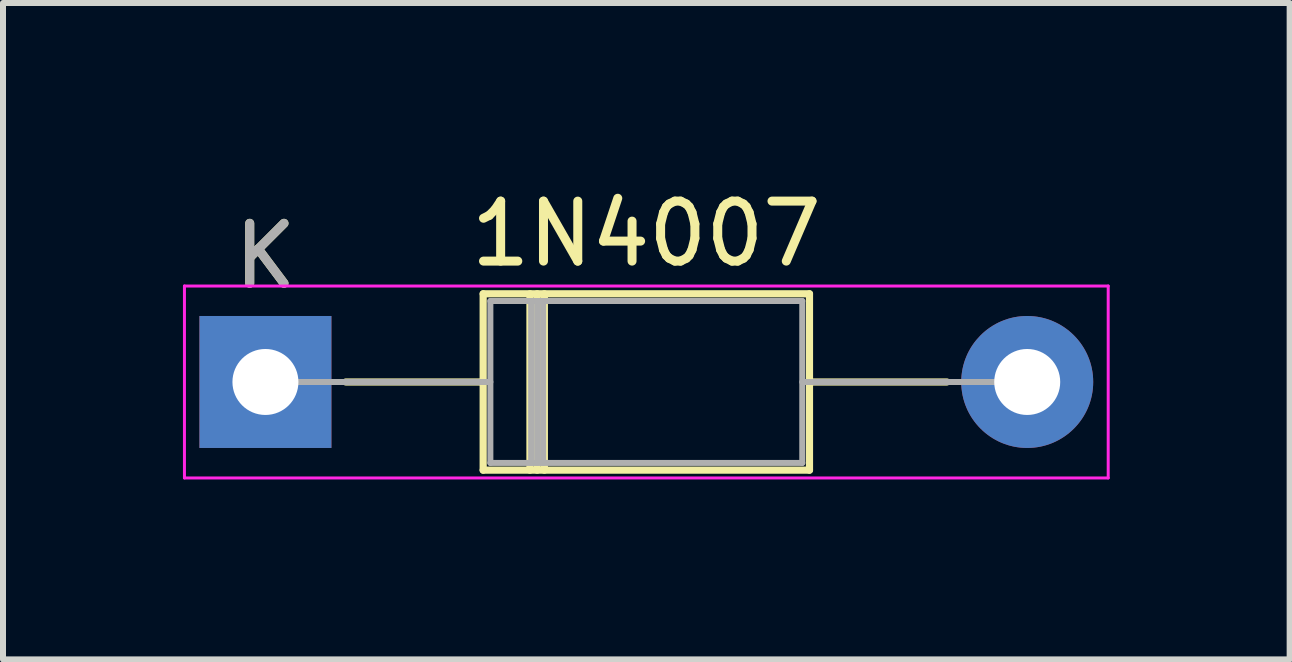
<source format=kicad_pcb>
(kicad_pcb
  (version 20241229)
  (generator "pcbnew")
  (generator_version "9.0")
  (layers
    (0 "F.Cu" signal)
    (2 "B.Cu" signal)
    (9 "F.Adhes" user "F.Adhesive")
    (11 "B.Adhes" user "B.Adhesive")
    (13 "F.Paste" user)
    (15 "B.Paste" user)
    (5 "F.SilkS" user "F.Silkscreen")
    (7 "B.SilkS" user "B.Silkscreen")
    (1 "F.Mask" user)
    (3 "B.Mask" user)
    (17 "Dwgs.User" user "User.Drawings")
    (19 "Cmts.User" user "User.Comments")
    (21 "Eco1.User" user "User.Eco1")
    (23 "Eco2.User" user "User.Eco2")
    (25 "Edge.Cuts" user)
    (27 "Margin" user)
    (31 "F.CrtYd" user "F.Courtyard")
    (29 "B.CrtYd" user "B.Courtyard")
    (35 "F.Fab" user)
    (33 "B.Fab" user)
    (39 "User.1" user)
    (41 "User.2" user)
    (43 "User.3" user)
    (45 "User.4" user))
  (footprint "1N4007"
    (layer "F.Cu")
    (at 1.375 3.318)
    (property "Reference" "1N4007" (at 6.35 -2.47 0) (layer "F.SilkS") (effects (font (size 1 1) (thickness 0.15))))
    (attr through_hole)
    (fp_line (start 1.34 0) (end 3.63 0) (stroke (width 0.12) (type solid)) (layer "F.SilkS"))
    (fp_line (start 3.63 -1.47) (end 3.63 1.47) (stroke (width 0.12) (type solid)) (layer "F.SilkS"))
    (fp_line (start 3.63 1.47) (end 9.07 1.47) (stroke (width 0.12) (type solid)) (layer "F.SilkS"))
    (fp_line (start 4.41 -1.47) (end 4.41 1.47) (stroke (width 0.12) (type solid)) (layer "F.SilkS"))
    (fp_line (start 4.53 -1.47) (end 4.53 1.47) (stroke (width 0.12) (type solid)) (layer "F.SilkS"))
    (fp_line (start 4.65 -1.47) (end 4.65 1.47) (stroke (width 0.12) (type solid)) (layer "F.SilkS"))
    (fp_line (start 9.07 -1.47) (end 3.63 -1.47) (stroke (width 0.12) (type solid)) (layer "F.SilkS"))
    (fp_line (start 9.07 1.47) (end 9.07 -1.47) (stroke (width 0.12) (type solid)) (layer "F.SilkS"))
    (fp_line (start 11.36 0) (end 9.07 0) (stroke (width 0.12) (type solid)) (layer "F.SilkS"))
    (fp_line (start -1.35 -1.6) (end -1.35 1.6) (stroke (width 0.05) (type solid)) (layer "F.CrtYd"))
    (fp_line (start -1.35 1.6) (end 14.05 1.6) (stroke (width 0.05) (type solid)) (layer "F.CrtYd"))
    (fp_line (start 14.05 -1.6) (end -1.35 -1.6) (stroke (width 0.05) (type solid)) (layer "F.CrtYd"))
    (fp_line (start 14.05 1.6) (end 14.05 -1.6) (stroke (width 0.05) (type solid)) (layer "F.CrtYd"))
    (fp_line (start 0 0) (end 3.75 0) (stroke (width 0.1) (type solid)) (layer "F.Fab"))
    (fp_line (start 3.75 -1.35) (end 3.75 1.35) (stroke (width 0.1) (type solid)) (layer "F.Fab"))
    (fp_line (start 3.75 1.35) (end 8.95 1.35) (stroke (width 0.1) (type solid)) (layer "F.Fab"))
    (fp_line (start 4.43 -1.35) (end 4.43 1.35) (stroke (width 0.1) (type solid)) (layer "F.Fab"))
    (fp_line (start 4.53 -1.35) (end 4.53 1.35) (stroke (width 0.1) (type solid)) (layer "F.Fab"))
    (fp_line (start 4.63 -1.35) (end 4.63 1.35) (stroke (width 0.1) (type solid)) (layer "F.Fab"))
    (fp_line (start 8.95 -1.35) (end 3.75 -1.35) (stroke (width 0.1) (type solid)) (layer "F.Fab"))
    (fp_line (start 8.95 1.35) (end 8.95 -1.35) (stroke (width 0.1) (type solid)) (layer "F.Fab"))
    (fp_line (start 12.7 0) (end 8.95 0) (stroke (width 0.1) (type solid)) (layer "F.Fab"))
    (fp_text user "K" (at 0 -2.1 0) (layer "F.SilkS") (effects (font (size 1 1) (thickness 0.15))))
    (fp_text user "K" (at 0 -2.1 0) (layer "F.Fab") (effects (font (size 1 1) (thickness 0.15))))
    (pad "1" thru_hole rect (at 0 0) (size 2.2 2.2) (drill 1.1) (layers "*.Cu" "*.Mask"))
    (pad "2" thru_hole oval (at 12.7 0) (size 2.2 2.2) (drill 1.1) (layers "*.Cu" "*.Mask")))
  (gr_rect
    (start -3 -3)
    (end 18.45 7.943)
    (stroke (width 0.1) (type default))
    (fill no)
    (layer "Edge.Cuts")))
</source>
